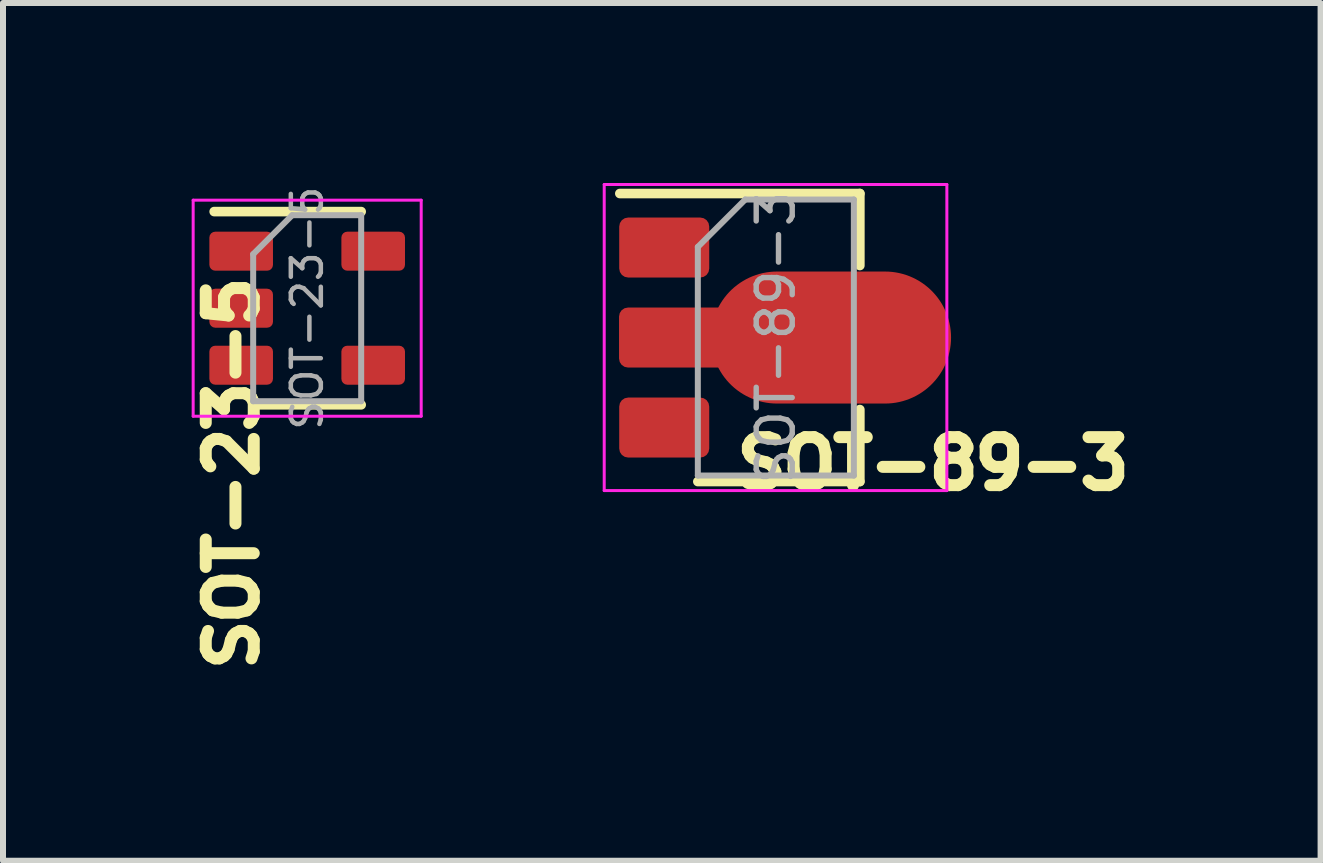
<source format=kicad_pcb>
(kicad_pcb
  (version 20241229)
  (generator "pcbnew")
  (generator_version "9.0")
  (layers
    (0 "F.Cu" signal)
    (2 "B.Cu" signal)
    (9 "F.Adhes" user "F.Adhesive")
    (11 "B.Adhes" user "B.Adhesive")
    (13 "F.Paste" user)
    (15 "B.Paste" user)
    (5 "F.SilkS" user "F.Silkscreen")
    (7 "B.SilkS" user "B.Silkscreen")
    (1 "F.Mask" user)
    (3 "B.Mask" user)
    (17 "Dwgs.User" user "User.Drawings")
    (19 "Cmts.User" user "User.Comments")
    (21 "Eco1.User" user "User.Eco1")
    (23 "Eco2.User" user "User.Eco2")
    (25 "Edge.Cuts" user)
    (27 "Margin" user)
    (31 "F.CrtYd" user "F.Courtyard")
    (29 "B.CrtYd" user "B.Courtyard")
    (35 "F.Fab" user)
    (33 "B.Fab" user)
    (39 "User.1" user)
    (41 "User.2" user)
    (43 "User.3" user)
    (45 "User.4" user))
  (footprint "SOT-89-3"
    (layer "F.Cu")
    (at 9.499 2.575)
    (property "Reference" "SOT-89-3" (at 3 2.1 0) (layer "F.SilkS") (effects (font (size 0.8 0.8) (thickness 0.2))))
    (attr smd)
    (fp_line (start -2.22 -2.4) (end 1.78 -2.4) (stroke (width 0.16) (type solid)) (layer "F.SilkS"))
    (fp_line (start 1.78 -2.4) (end 1.78 -1.2) (stroke (width 0.16) (type solid)) (layer "F.SilkS"))
    (fp_line (start 1.78 1.2) (end 1.78 2.4) (stroke (width 0.16) (type solid)) (layer "F.SilkS"))
    (fp_line (start 1.78 2.4) (end -0.92 2.4) (stroke (width 0.16) (type solid)) (layer "F.SilkS"))
    (fp_line (start -2.48 2.55) (end -2.48 -2.55) (stroke (width 0.05) (type solid)) (layer "F.CrtYd"))
    (fp_line (start -2.48 2.55) (end 3.23 2.55) (stroke (width 0.05) (type solid)) (layer "F.CrtYd"))
    (fp_line (start 3.23 -2.55) (end -2.48 -2.55) (stroke (width 0.05) (type solid)) (layer "F.CrtYd"))
    (fp_line (start 3.23 -2.55) (end 3.23 2.55) (stroke (width 0.05) (type solid)) (layer "F.CrtYd"))
    (fp_line (start -0.92 -1.51) (end -0.13 -2.3) (stroke (width 0.1) (type solid)) (layer "F.Fab"))
    (fp_line (start -0.92 2.3) (end -0.92 -1.51) (stroke (width 0.1) (type solid)) (layer "F.Fab"))
    (fp_line (start -0.13 -2.3) (end 1.68 -2.3) (stroke (width 0.1) (type solid)) (layer "F.Fab"))
    (fp_line (start 1.68 -2.3) (end 1.68 2.3) (stroke (width 0.1) (type solid)) (layer "F.Fab"))
    (fp_line (start 1.68 2.3) (end -0.92 2.3) (stroke (width 0.1) (type solid)) (layer "F.Fab"))
    (fp_text user "${REFERENCE}" (at 0.38 0 90) (layer "F.Fab") (effects (font (size 0.6 0.6) (thickness 0.09))))
    (pad "1" smd roundrect (at -1.48 -1.5 270) (size 1 1.5) (layers "F.Cu" "F.Mask" "F.Paste") (roundrect_rratio 0.15))
    (pad "2" smd roundrect (at -1.333 0 270) (size 1 1.8) (layers "F.Cu" "F.Mask" "F.Paste") (roundrect_rratio 0.15))
    (pad "2" smd oval (at 1.3 0) (size 4 2.2) (layers "F.Cu" "F.Mask" "F.Paste"))
    (pad "3" smd roundrect (at -1.48 1.5 270) (size 1 1.5) (layers "F.Cu" "F.Mask" "F.Paste") (roundrect_rratio 0.15)))
  (footprint "SOT-23-5"
    (layer "F.Cu")
    (at 2.069 2.086)
    (property "Reference" "SOT-23-5" (at -1.25 2.75 90) (layer "F.SilkS") (effects (font (size 0.8 0.8) (thickness 0.2))))
    (attr smd)
    (fp_line (start -0.9 1.61) (end 0.9 1.61) (stroke (width 0.16) (type solid)) (layer "F.SilkS"))
    (fp_line (start 0.9 -1.61) (end -1.55 -1.61) (stroke (width 0.16) (type solid)) (layer "F.SilkS"))
    (fp_line (start -1.9 -1.8) (end 1.9 -1.8) (stroke (width 0.05) (type solid)) (layer "F.CrtYd"))
    (fp_line (start -1.9 1.8) (end -1.9 -1.8) (stroke (width 0.05) (type solid)) (layer "F.CrtYd"))
    (fp_line (start 1.9 -1.8) (end 1.9 1.8) (stroke (width 0.05) (type solid)) (layer "F.CrtYd"))
    (fp_line (start 1.9 1.8) (end -1.9 1.8) (stroke (width 0.05) (type solid)) (layer "F.CrtYd"))
    (fp_line (start -0.9 -0.9) (end -0.9 1.55) (stroke (width 0.1) (type solid)) (layer "F.Fab"))
    (fp_line (start -0.9 -0.9) (end -0.25 -1.55) (stroke (width 0.1) (type solid)) (layer "F.Fab"))
    (fp_line (start 0.9 -1.55) (end -0.25 -1.55) (stroke (width 0.1) (type solid)) (layer "F.Fab"))
    (fp_line (start 0.9 -1.55) (end 0.9 1.55) (stroke (width 0.1) (type solid)) (layer "F.Fab"))
    (fp_line (start 0.9 1.55) (end -0.9 1.55) (stroke (width 0.1) (type solid)) (layer "F.Fab"))
    (fp_text user "${REFERENCE}" (at 0 0 90) (layer "F.Fab") (effects (font (size 0.5 0.5) (thickness 0.075))))
    (pad "1" smd roundrect (at -1.1 -0.95) (size 1.06 0.65) (layers "F.Cu" "F.Mask" "F.Paste") (roundrect_rratio 0.15))
    (pad "2" smd roundrect (at -1.1 0) (size 1.06 0.65) (layers "F.Cu" "F.Mask" "F.Paste") (roundrect_rratio 0.15))
    (pad "3" smd roundrect (at -1.1 0.95) (size 1.06 0.65) (layers "F.Cu" "F.Mask" "F.Paste") (roundrect_rratio 0.15))
    (pad "4" smd roundrect (at 1.1 0.95) (size 1.06 0.65) (layers "F.Cu" "F.Mask" "F.Paste") (roundrect_rratio 0.15))
    (pad "5" smd roundrect (at 1.1 -0.95) (size 1.06 0.65) (layers "F.Cu" "F.Mask" "F.Paste") (roundrect_rratio 0.15)))
  (gr_rect
    (start -3 -3)
    (end 18.957 11.294)
    (stroke (width 0.1) (type default))
    (fill no)
    (layer "Edge.Cuts")))
</source>
